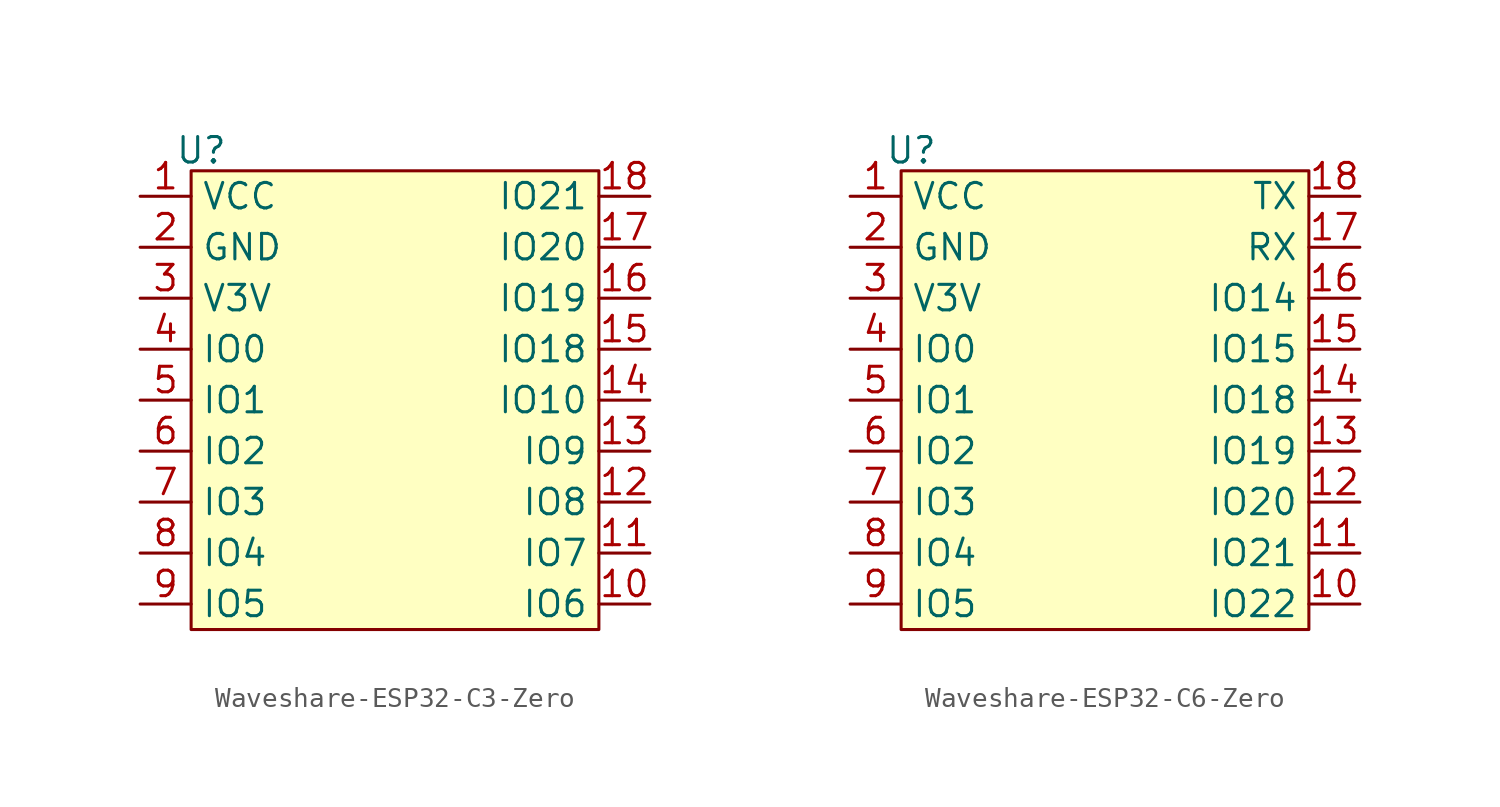
<source format=kicad_sym>
(kicad_symbol_lib
  (version 20231120)
  (generator "kicad_symbol_editor")
  (generator_version "8.0")
  (symbol "Waveshare-ESP32-C3-Zero"
    (property "Reference" "U"
      (at -9.652 12.446 0)
      (effects (font (size 1.27 1.27))))
    (property "Value" ""
      (at -10.16 10.16 0)
      (effects (font (size 1.27 1.27))))
    (symbol "Waveshare-ESP32-C3-Zero_1_1"
      (rectangle (start -10.16 11.43) (end 10.16 -11.43) (stroke (width 0) (type default)) (fill (type background)))
      (pin power_in line (at -12.7 10.16 0) (length 2.54) (name "VCC" (effects (font (size 1.27 1.27)))) (number "1" (effects (font (size 1.27 1.27)))))
      (pin bidirectional line (at 12.7 -10.16 180) (length 2.54) (name "IO6" (effects (font (size 1.27 1.27)))) (number "10" (effects (font (size 1.27 1.27)))))
      (pin bidirectional line (at 12.7 -7.62 180) (length 2.54) (name "IO7" (effects (font (size 1.27 1.27)))) (number "11" (effects (font (size 1.27 1.27)))))
      (pin bidirectional line (at 12.7 -5.08 180) (length 2.54) (name "IO8" (effects (font (size 1.27 1.27)))) (number "12" (effects (font (size 1.27 1.27)))))
      (pin bidirectional line (at 12.7 -2.54 180) (length 2.54) (name "IO9" (effects (font (size 1.27 1.27)))) (number "13" (effects (font (size 1.27 1.27)))))
      (pin bidirectional line (at 12.7 0 180) (length 2.54) (name "IO10" (effects (font (size 1.27 1.27)))) (number "14" (effects (font (size 1.27 1.27)))))
      (pin bidirectional line (at 12.7 2.54 180) (length 2.54) (name "IO18" (effects (font (size 1.27 1.27)))) (number "15" (effects (font (size 1.27 1.27)))) (alternate "USB_D-" bidirectional line))
      (pin bidirectional line (at 12.7 5.08 180) (length 2.54) (name "IO19" (effects (font (size 1.27 1.27)))) (number "16" (effects (font (size 1.27 1.27)))) (alternate "USB_D+" bidirectional line))
      (pin bidirectional line (at 12.7 7.62 180) (length 2.54) (name "IO20" (effects (font (size 1.27 1.27)))) (number "17" (effects (font (size 1.27 1.27)))) (alternate "RX" bidirectional line))
      (pin bidirectional line (at 12.7 10.16 180) (length 2.54) (name "IO21" (effects (font (size 1.27 1.27)))) (number "18" (effects (font (size 1.27 1.27)))) (alternate "TX" bidirectional line))
      (pin power_in line (at -12.7 7.62 0) (length 2.54) (name "GND" (effects (font (size 1.27 1.27)))) (number "2" (effects (font (size 1.27 1.27)))))
      (pin power_out line (at -12.7 5.08 0) (length 2.54) (name "V3V" (effects (font (size 1.27 1.27)))) (number "3" (effects (font (size 1.27 1.27)))))
      (pin bidirectional line (at -12.7 2.54 0) (length 2.54) (name "IO0" (effects (font (size 1.27 1.27)))) (number "4" (effects (font (size 1.27 1.27)))))
      (pin bidirectional line (at -12.7 0 0) (length 2.54) (name "IO1" (effects (font (size 1.27 1.27)))) (number "5" (effects (font (size 1.27 1.27)))))
      (pin bidirectional line (at -12.7 -2.54 0) (length 2.54) (name "IO2" (effects (font (size 1.27 1.27)))) (number "6" (effects (font (size 1.27 1.27)))))
      (pin bidirectional line (at -12.7 -5.08 0) (length 2.54) (name "IO3" (effects (font (size 1.27 1.27)))) (number "7" (effects (font (size 1.27 1.27)))))
      (pin bidirectional line (at -12.7 -7.62 0) (length 2.54) (name "IO4" (effects (font (size 1.27 1.27)))) (number "8" (effects (font (size 1.27 1.27)))))
      (pin bidirectional line (at -12.7 -10.16 0) (length 2.54) (name "IO5" (effects (font (size 1.27 1.27)))) (number "9" (effects (font (size 1.27 1.27)))))))
  (symbol "Waveshare-ESP32-C6-Zero"
    (property "Reference" "U"
      (at -9.652 12.446 0)
      (effects (font (size 1.27 1.27))))
    (property "Value" ""
      (at -10.16 10.16 0)
      (effects (font (size 1.27 1.27))))
    (symbol "Waveshare-ESP32-C6-Zero_1_1"
      (rectangle (start -10.16 11.43) (end 10.16 -11.43) (stroke (width 0) (type default)) (fill (type background)))
      (pin power_in line (at -12.7 10.16 0) (length 2.54) (name "VCC" (effects (font (size 1.27 1.27)))) (number "1" (effects (font (size 1.27 1.27)))))
      (pin bidirectional line (at 12.7 -10.16 180) (length 2.54) (name "IO22" (effects (font (size 1.27 1.27)))) (number "10" (effects (font (size 1.27 1.27)))))
      (pin bidirectional line (at 12.7 -7.62 180) (length 2.54) (name "IO21" (effects (font (size 1.27 1.27)))) (number "11" (effects (font (size 1.27 1.27)))))
      (pin bidirectional line (at 12.7 -5.08 180) (length 2.54) (name "IO20" (effects (font (size 1.27 1.27)))) (number "12" (effects (font (size 1.27 1.27)))))
      (pin bidirectional line (at 12.7 -2.54 180) (length 2.54) (name "IO19" (effects (font (size 1.27 1.27)))) (number "13" (effects (font (size 1.27 1.27)))))
      (pin bidirectional line (at 12.7 0 180) (length 2.54) (name "IO18" (effects (font (size 1.27 1.27)))) (number "14" (effects (font (size 1.27 1.27)))))
      (pin bidirectional line (at 12.7 2.54 180) (length 2.54) (name "IO15" (effects (font (size 1.27 1.27)))) (number "15" (effects (font (size 1.27 1.27)))))
      (pin bidirectional line (at 12.7 5.08 180) (length 2.54) (name "IO14" (effects (font (size 1.27 1.27)))) (number "16" (effects (font (size 1.27 1.27)))))
      (pin bidirectional line (at 12.7 7.62 180) (length 2.54) (name "RX" (effects (font (size 1.27 1.27)))) (number "17" (effects (font (size 1.27 1.27)))))
      (pin bidirectional line (at 12.7 10.16 180) (length 2.54) (name "TX" (effects (font (size 1.27 1.27)))) (number "18" (effects (font (size 1.27 1.27)))))
      (pin power_in line (at -12.7 7.62 0) (length 2.54) (name "GND" (effects (font (size 1.27 1.27)))) (number "2" (effects (font (size 1.27 1.27)))))
      (pin power_out line (at -12.7 5.08 0) (length 2.54) (name "V3V" (effects (font (size 1.27 1.27)))) (number "3" (effects (font (size 1.27 1.27)))))
      (pin bidirectional line (at -12.7 2.54 0) (length 2.54) (name "IO0" (effects (font (size 1.27 1.27)))) (number "4" (effects (font (size 1.27 1.27)))))
      (pin bidirectional line (at -12.7 0 0) (length 2.54) (name "IO1" (effects (font (size 1.27 1.27)))) (number "5" (effects (font (size 1.27 1.27)))))
      (pin bidirectional line (at -12.7 -2.54 0) (length 2.54) (name "IO2" (effects (font (size 1.27 1.27)))) (number "6" (effects (font (size 1.27 1.27)))))
      (pin bidirectional line (at -12.7 -5.08 0) (length 2.54) (name "IO3" (effects (font (size 1.27 1.27)))) (number "7" (effects (font (size 1.27 1.27)))))
      (pin bidirectional line (at -12.7 -7.62 0) (length 2.54) (name "IO4" (effects (font (size 1.27 1.27)))) (number "8" (effects (font (size 1.27 1.27)))))
      (pin bidirectional line (at -12.7 -10.16 0) (length 2.54) (name "IO5" (effects (font (size 1.27 1.27)))) (number "9" (effects (font (size 1.27 1.27))))))))
</source>
